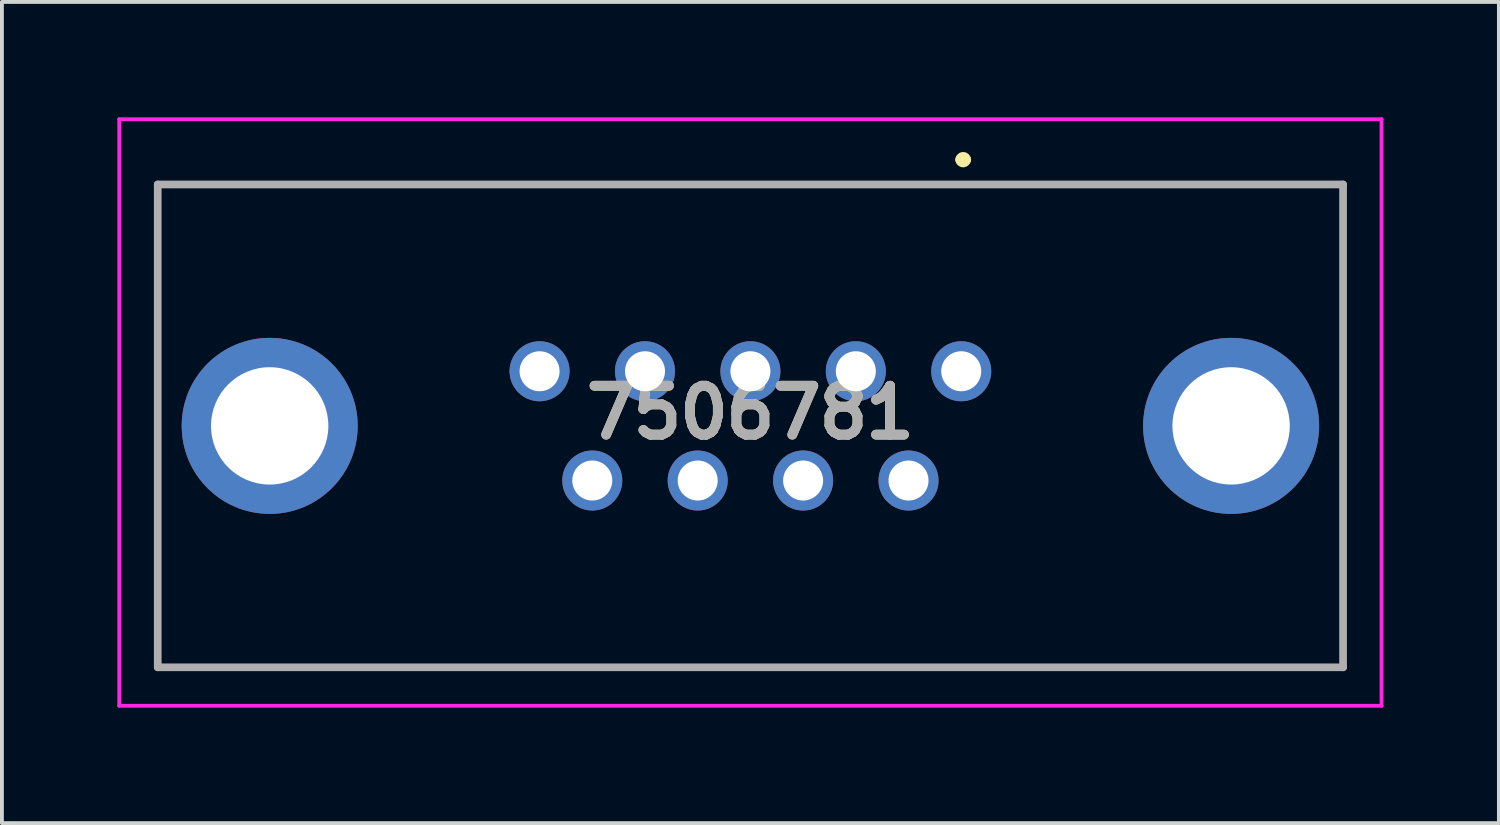
<source format=kicad_pcb>
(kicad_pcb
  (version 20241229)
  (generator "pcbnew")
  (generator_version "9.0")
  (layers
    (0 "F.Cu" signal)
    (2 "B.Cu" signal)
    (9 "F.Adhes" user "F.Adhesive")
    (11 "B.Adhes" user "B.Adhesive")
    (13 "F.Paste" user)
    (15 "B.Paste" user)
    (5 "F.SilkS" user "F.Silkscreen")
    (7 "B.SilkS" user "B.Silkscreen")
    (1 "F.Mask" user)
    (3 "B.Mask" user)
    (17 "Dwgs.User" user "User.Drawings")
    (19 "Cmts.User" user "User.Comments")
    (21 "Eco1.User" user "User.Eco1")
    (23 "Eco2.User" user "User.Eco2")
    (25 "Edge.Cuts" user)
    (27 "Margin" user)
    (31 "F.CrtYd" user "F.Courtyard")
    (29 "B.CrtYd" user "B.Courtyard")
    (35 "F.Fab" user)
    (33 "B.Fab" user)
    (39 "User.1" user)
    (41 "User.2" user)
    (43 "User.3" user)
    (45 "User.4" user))
  (footprint "7506781"
    (layer "F.Cu")
    (at 21.935 6.6)
    (property "Reference" "7506781" (at -5.48 1.073 0) (layer "F.SilkS") (effects (font (size 1.27 1.27) (thickness 0.254))))
    (attr through_hole)
    (fp_line (start -20.885 -4.855) (end 9.925 -4.855) (stroke (width 0.1) (type solid)) (layer "F.SilkS"))
    (fp_line (start -20.885 7.695) (end -20.885 -4.855) (stroke (width 0.1) (type solid)) (layer "F.SilkS"))
    (fp_line (start 0 -5.5) (end 0 -5.5) (stroke (width 0.3) (type solid)) (layer "F.SilkS"))
    (fp_line (start 0.1 -5.5) (end 0.1 -5.5) (stroke (width 0.3) (type solid)) (layer "F.SilkS"))
    (fp_line (start 9.925 -4.855) (end 9.925 7.695) (stroke (width 0.1) (type solid)) (layer "F.SilkS"))
    (fp_line (start 9.925 7.695) (end -20.885 7.695) (stroke (width 0.1) (type solid)) (layer "F.SilkS"))
    (fp_arc (start 0 -5.5) (mid 0.05 -5.55) (end 0.1 -5.5) (stroke (width 0.3) (type solid)) (layer "F.SilkS"))
    (fp_arc (start 0.1 -5.5) (mid 0.05 -5.45) (end 0 -5.5) (stroke (width 0.3) (type solid)) (layer "F.SilkS"))
    (fp_line (start -21.885 -6.55) (end 10.925 -6.55) (stroke (width 0.1) (type solid)) (layer "F.CrtYd"))
    (fp_line (start -21.885 8.695) (end -21.885 -6.55) (stroke (width 0.1) (type solid)) (layer "F.CrtYd"))
    (fp_line (start 10.925 -6.55) (end 10.925 8.695) (stroke (width 0.1) (type solid)) (layer "F.CrtYd"))
    (fp_line (start 10.925 8.695) (end -21.885 8.695) (stroke (width 0.1) (type solid)) (layer "F.CrtYd"))
    (fp_line (start -20.885 -4.855) (end 9.925 -4.855) (stroke (width 0.2) (type solid)) (layer "F.Fab"))
    (fp_line (start -20.885 7.695) (end -20.885 -4.855) (stroke (width 0.2) (type solid)) (layer "F.Fab"))
    (fp_line (start 9.925 -4.855) (end 9.925 7.695) (stroke (width 0.2) (type solid)) (layer "F.Fab"))
    (fp_line (start 9.925 7.695) (end -20.885 7.695) (stroke (width 0.2) (type solid)) (layer "F.Fab"))
    (fp_text user "${REFERENCE}" (at -5.48 1.073 0) (layer "F.Fab") (effects (font (size 1.27 1.27) (thickness 0.254))))
    (pad "1" thru_hole circle (at 0 0) (size 1.56 1.56) (drill 1.04) (layers "*.Cu" "*.Mask"))
    (pad "2" thru_hole circle (at -2.74 0) (size 1.56 1.56) (drill 1.04) (layers "*.Cu" "*.Mask"))
    (pad "3" thru_hole circle (at -5.48 0) (size 1.56 1.56) (drill 1.04) (layers "*.Cu" "*.Mask"))
    (pad "4" thru_hole circle (at -8.22 0) (size 1.56 1.56) (drill 1.04) (layers "*.Cu" "*.Mask"))
    (pad "5" thru_hole circle (at -10.96 0) (size 1.56 1.56) (drill 1.04) (layers "*.Cu" "*.Mask"))
    (pad "6" thru_hole circle (at -1.37 2.84) (size 1.56 1.56) (drill 1.04) (layers "*.Cu" "*.Mask"))
    (pad "7" thru_hole circle (at -4.11 2.84) (size 1.56 1.56) (drill 1.04) (layers "*.Cu" "*.Mask"))
    (pad "8" thru_hole circle (at -6.85 2.84) (size 1.56 1.56) (drill 1.04) (layers "*.Cu" "*.Mask"))
    (pad "9" thru_hole circle (at -9.59 2.84) (size 1.56 1.56) (drill 1.04) (layers "*.Cu" "*.Mask"))
    (pad "MH1" thru_hole circle (at 7.015 1.42) (size 4.575 4.575) (drill 3.05) (layers "*.Cu" "*.Mask"))
    (pad "MH2" thru_hole circle (at -17.975 1.42) (size 4.575 4.575) (drill 3.05) (layers "*.Cu" "*.Mask")))
  (gr_rect
    (start -3 -3)
    (end 35.91 18.345)
    (stroke (width 0.1) (type default))
    (fill no)
    (layer "Edge.Cuts")))
</source>
